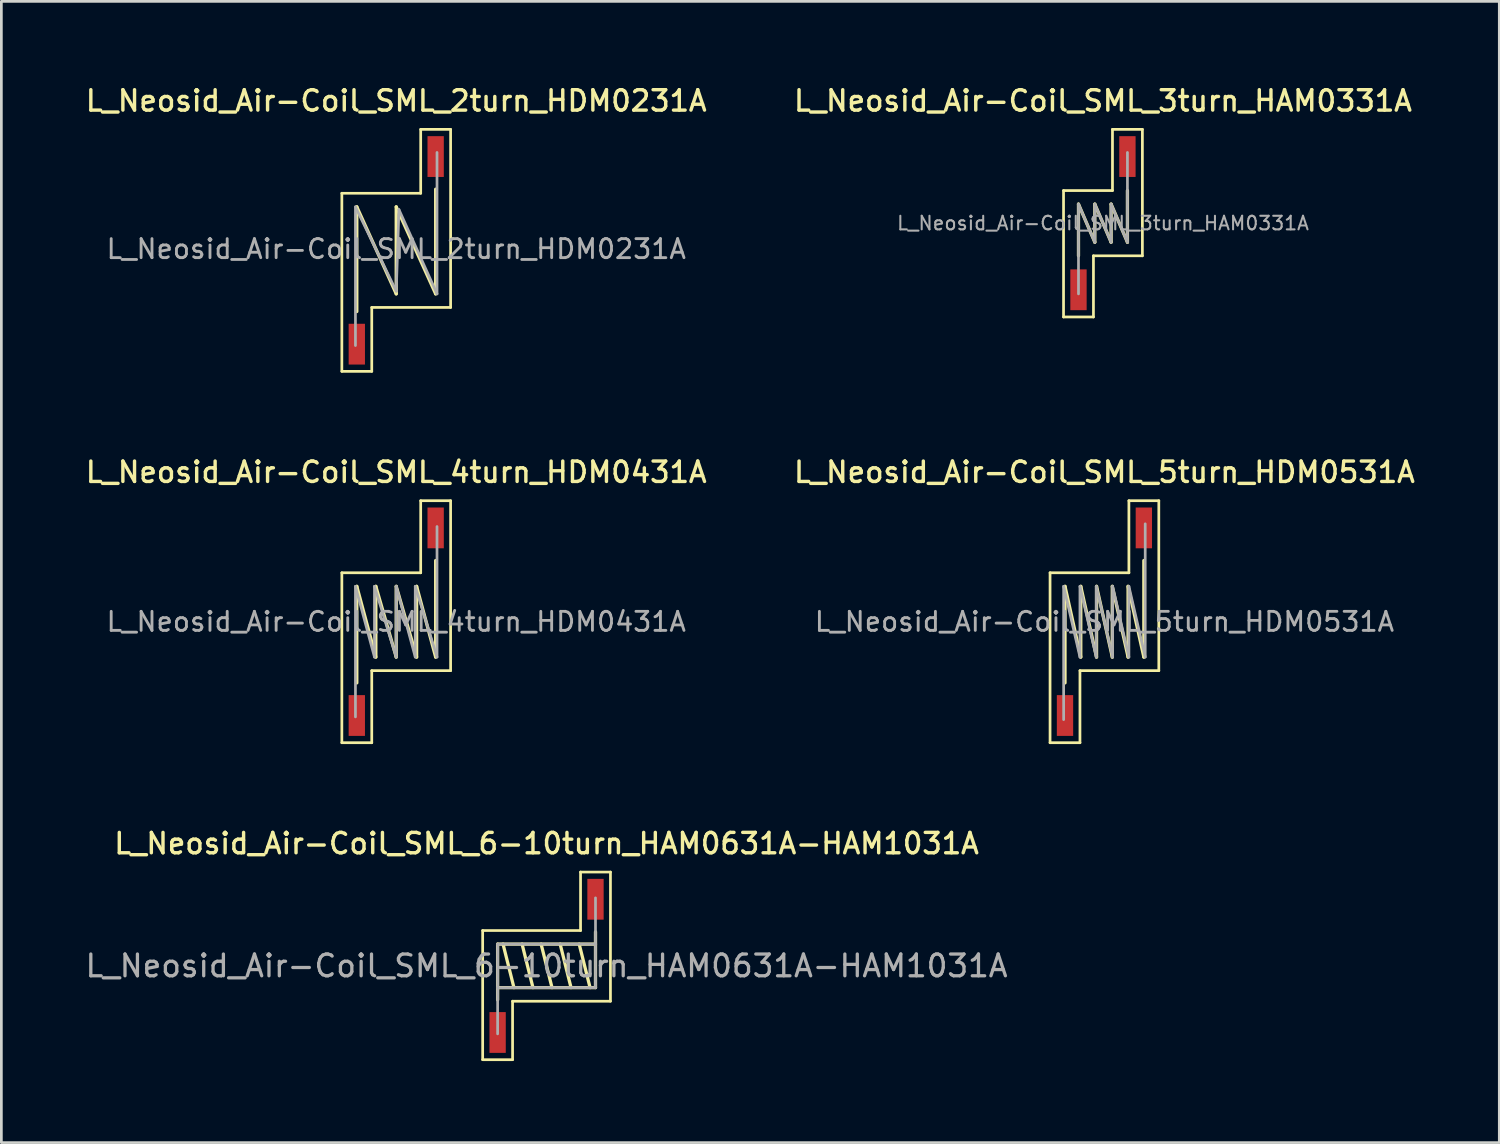
<source format=kicad_pcb>
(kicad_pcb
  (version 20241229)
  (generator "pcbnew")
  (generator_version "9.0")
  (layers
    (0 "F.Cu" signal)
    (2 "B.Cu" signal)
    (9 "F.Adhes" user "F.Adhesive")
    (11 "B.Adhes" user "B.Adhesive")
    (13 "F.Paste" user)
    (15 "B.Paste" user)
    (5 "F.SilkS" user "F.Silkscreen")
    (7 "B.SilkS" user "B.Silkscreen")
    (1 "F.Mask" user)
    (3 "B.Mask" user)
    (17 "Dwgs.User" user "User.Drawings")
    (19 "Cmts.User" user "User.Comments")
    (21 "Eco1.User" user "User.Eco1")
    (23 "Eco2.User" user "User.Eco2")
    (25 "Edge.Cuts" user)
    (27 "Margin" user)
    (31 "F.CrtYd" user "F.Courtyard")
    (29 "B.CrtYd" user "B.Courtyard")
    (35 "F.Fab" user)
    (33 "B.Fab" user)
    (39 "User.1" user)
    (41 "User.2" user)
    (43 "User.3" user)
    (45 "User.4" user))
  (footprint "L_Neosid_Air-Coil_SML_5turn_HDM0531A"
    (layer "F.Cu")
    (at 37.57 19.816)
    (property "Reference" "L_Neosid_Air-Coil_SML_5turn_HDM0531A" (at 0 -5.5 0) (layer "F.SilkS") (effects (font (size 0.75 0.75) (thickness 0.125))))
    (attr smd)
    (fp_line (start -2 -1.8) (end -2 4.45) (stroke (width 0.1) (type solid)) (layer "F.SilkS"))
    (fp_line (start -2 4.45) (end -0.9 4.45) (stroke (width 0.1) (type solid)) (layer "F.SilkS"))
    (fp_line (start -1.45 -1.3) (end -1.45 2.25) (stroke (width 0.12) (type solid)) (layer "F.SilkS"))
    (fp_line (start -1.45 -1.3) (end -0.87 1.3) (stroke (width 0.12) (type solid)) (layer "F.SilkS"))
    (fp_line (start -0.9 1.8) (end 2 1.8) (stroke (width 0.1) (type solid)) (layer "F.SilkS"))
    (fp_line (start -0.9 4.45) (end -0.9 1.8) (stroke (width 0.1) (type solid)) (layer "F.SilkS"))
    (fp_line (start -0.87 -1.3) (end -0.87 1.3) (stroke (width 0.12) (type solid)) (layer "F.SilkS"))
    (fp_line (start -0.87 -1.3) (end -0.29 1.3) (stroke (width 0.12) (type solid)) (layer "F.SilkS"))
    (fp_line (start -0.29 -1.3) (end -0.29 1.3) (stroke (width 0.12) (type solid)) (layer "F.SilkS"))
    (fp_line (start -0.29 -1.3) (end 0.29 1.3) (stroke (width 0.12) (type solid)) (layer "F.SilkS"))
    (fp_line (start 0.29 -1.3) (end 0.29 1.3) (stroke (width 0.12) (type solid)) (layer "F.SilkS"))
    (fp_line (start 0.29 -1.3) (end 0.87 1.3) (stroke (width 0.12) (type solid)) (layer "F.SilkS"))
    (fp_line (start 0.87 -1.3) (end 0.87 1.3) (stroke (width 0.12) (type solid)) (layer "F.SilkS"))
    (fp_line (start 0.87 -1.3) (end 1.45 1.3) (stroke (width 0.12) (type solid)) (layer "F.SilkS"))
    (fp_line (start 0.9 -4.45) (end 0.9 -1.8) (stroke (width 0.1) (type solid)) (layer "F.SilkS"))
    (fp_line (start 0.9 -1.8) (end -2 -1.8) (stroke (width 0.1) (type solid)) (layer "F.SilkS"))
    (fp_line (start 1.45 1.3) (end 1.45 -2.25) (stroke (width 0.12) (type solid)) (layer "F.SilkS"))
    (fp_line (start 2 -4.45) (end 0.9 -4.45) (stroke (width 0.1) (type solid)) (layer "F.SilkS"))
    (fp_line (start 2 1.8) (end 2 -4.45) (stroke (width 0.1) (type solid)) (layer "F.SilkS"))
    (fp_line (start -1.5 -1.3) (end -0.9 1.3) (stroke (width 0.1) (type solid)) (layer "F.Fab"))
    (fp_line (start -1.5 3.6) (end -1.5 -1.3) (stroke (width 0.1) (type solid)) (layer "F.Fab"))
    (fp_line (start -0.9 -1.3) (end -0.3 1.3) (stroke (width 0.1) (type solid)) (layer "F.Fab"))
    (fp_line (start -0.9 1.3) (end -0.9 -1.3) (stroke (width 0.1) (type solid)) (layer "F.Fab"))
    (fp_line (start -0.3 -1.3) (end 0.3 1.3) (stroke (width 0.1) (type solid)) (layer "F.Fab"))
    (fp_line (start -0.3 1.3) (end -0.3 -1.3) (stroke (width 0.1) (type solid)) (layer "F.Fab"))
    (fp_line (start 0.3 -1.3) (end 0.9 1.3) (stroke (width 0.1) (type solid)) (layer "F.Fab"))
    (fp_line (start 0.3 1.3) (end 0.3 -1.3) (stroke (width 0.1) (type solid)) (layer "F.Fab"))
    (fp_line (start 0.9 -1.3) (end 1.5 1.3) (stroke (width 0.1) (type solid)) (layer "F.Fab"))
    (fp_line (start 0.9 1.3) (end 0.9 -1.3) (stroke (width 0.1) (type solid)) (layer "F.Fab"))
    (fp_line (start 1.5 1.3) (end 1.5 -3.6) (stroke (width 0.1) (type solid)) (layer "F.Fab"))
    (fp_text user "${REFERENCE}" (at 0 0 0) (layer "F.Fab") (effects (font (size 0.7 0.7) (thickness 0.105))))
    (pad "1" smd rect (at -1.45 3.45) (size 0.6 1.5) (layers "F.Cu" "F.Mask" "F.Paste"))
    (pad "2" smd rect (at 1.45 -3.45) (size 0.6 1.5) (layers "F.Cu" "F.Mask" "F.Paste")))
  (footprint "L_Neosid_Air-Coil_SML_4turn_HDM0431A"
    (layer "F.Cu")
    (at 11.523 19.816)
    (property "Reference" "L_Neosid_Air-Coil_SML_4turn_HDM0431A" (at 0 -5.5 0) (layer "F.SilkS") (effects (font (size 0.75 0.75) (thickness 0.125))))
    (attr smd)
    (fp_line (start -2 -1.8) (end -2 4.45) (stroke (width 0.1) (type solid)) (layer "F.SilkS"))
    (fp_line (start -2 4.45) (end -0.9 4.45) (stroke (width 0.1) (type solid)) (layer "F.SilkS"))
    (fp_line (start -1.45 -1.3) (end -1.45 2.25) (stroke (width 0.12) (type solid)) (layer "F.SilkS"))
    (fp_line (start -1.45 -1.3) (end -0.75 1.3) (stroke (width 0.12) (type solid)) (layer "F.SilkS"))
    (fp_line (start -0.9 1.8) (end 2 1.8) (stroke (width 0.1) (type solid)) (layer "F.SilkS"))
    (fp_line (start -0.9 4.45) (end -0.9 1.8) (stroke (width 0.1) (type solid)) (layer "F.SilkS"))
    (fp_line (start -0.75 -1.3) (end -0.75 1.3) (stroke (width 0.12) (type solid)) (layer "F.SilkS"))
    (fp_line (start -0.75 -1.3) (end 0 1.3) (stroke (width 0.12) (type solid)) (layer "F.SilkS"))
    (fp_line (start 0 -1.3) (end 0 1.3) (stroke (width 0.12) (type solid)) (layer "F.SilkS"))
    (fp_line (start 0 -1.3) (end 0.75 1.3) (stroke (width 0.12) (type solid)) (layer "F.SilkS"))
    (fp_line (start 0.75 -1.3) (end 0.75 1.3) (stroke (width 0.12) (type solid)) (layer "F.SilkS"))
    (fp_line (start 0.75 -1.3) (end 1.45 1.3) (stroke (width 0.12) (type solid)) (layer "F.SilkS"))
    (fp_line (start 0.9 -4.45) (end 0.9 -1.8) (stroke (width 0.1) (type solid)) (layer "F.SilkS"))
    (fp_line (start 0.9 -1.8) (end -2 -1.8) (stroke (width 0.1) (type solid)) (layer "F.SilkS"))
    (fp_line (start 1.45 1.3) (end 1.45 -2.25) (stroke (width 0.12) (type solid)) (layer "F.SilkS"))
    (fp_line (start 2 -4.45) (end 0.9 -4.45) (stroke (width 0.1) (type solid)) (layer "F.SilkS"))
    (fp_line (start 2 1.8) (end 2 -4.45) (stroke (width 0.1) (type solid)) (layer "F.SilkS"))
    (fp_line (start -1.5 -1.3) (end -0.8 1.3) (stroke (width 0.1) (type solid)) (layer "F.Fab"))
    (fp_line (start -1.5 3.5) (end -1.5 -1.3) (stroke (width 0.1) (type solid)) (layer "F.Fab"))
    (fp_line (start -0.8 -1.3) (end 0 1.3) (stroke (width 0.1) (type solid)) (layer "F.Fab"))
    (fp_line (start -0.8 1.3) (end -0.8 -1.3) (stroke (width 0.1) (type solid)) (layer "F.Fab"))
    (fp_line (start 0 -1.3) (end 0.7 1.3) (stroke (width 0.1) (type solid)) (layer "F.Fab"))
    (fp_line (start 0 1.3) (end 0 -1.3) (stroke (width 0.1) (type solid)) (layer "F.Fab"))
    (fp_line (start 0.7 -1.3) (end 1.5 1.3) (stroke (width 0.1) (type solid)) (layer "F.Fab"))
    (fp_line (start 0.7 1.3) (end 0.7 -1.3) (stroke (width 0.1) (type solid)) (layer "F.Fab"))
    (fp_line (start 1.5 1.3) (end 1.5 -3.5) (stroke (width 0.1) (type solid)) (layer "F.Fab"))
    (fp_text user "${REFERENCE}" (at 0 0 0) (layer "F.Fab") (effects (font (size 0.7 0.7) (thickness 0.105))))
    (pad "1" smd rect (at -1.45 3.45) (size 0.6 1.5) (layers "F.Cu" "F.Mask" "F.Paste"))
    (pad "2" smd rect (at 1.45 -3.45) (size 0.6 1.5) (layers "F.Cu" "F.Mask" "F.Paste")))
  (footprint "L_Neosid_Air-Coil_SML_2turn_HDM0231A"
    (layer "F.Cu")
    (at 11.523 6.158)
    (property "Reference" "L_Neosid_Air-Coil_SML_2turn_HDM0231A" (at 0 -5.5 0) (layer "F.SilkS") (effects (font (size 0.75 0.75) (thickness 0.125))))
    (attr smd)
    (fp_line (start -2 -2.1) (end -2 4.45) (stroke (width 0.1) (type solid)) (layer "F.SilkS"))
    (fp_line (start -2 4.45) (end -0.9 4.45) (stroke (width 0.1) (type solid)) (layer "F.SilkS"))
    (fp_line (start -1.45 -1.6) (end -1.45 2.25) (stroke (width 0.12) (type solid)) (layer "F.SilkS"))
    (fp_line (start -1.45 -1.6) (end 0 1.6) (stroke (width 0.12) (type solid)) (layer "F.SilkS"))
    (fp_line (start -0.9 2.1) (end 2 2.1) (stroke (width 0.1) (type solid)) (layer "F.SilkS"))
    (fp_line (start -0.9 4.45) (end -0.9 2.1) (stroke (width 0.1) (type solid)) (layer "F.SilkS"))
    (fp_line (start 0 -1.6) (end 0 1.6) (stroke (width 0.12) (type solid)) (layer "F.SilkS"))
    (fp_line (start 0 -1.6) (end 1.45 1.6) (stroke (width 0.12) (type solid)) (layer "F.SilkS"))
    (fp_line (start 0.9 -4.45) (end 0.9 -2.1) (stroke (width 0.1) (type solid)) (layer "F.SilkS"))
    (fp_line (start 0.9 -2.1) (end -2 -2.1) (stroke (width 0.1) (type solid)) (layer "F.SilkS"))
    (fp_line (start 1.45 1.6) (end 1.45 -2.25) (stroke (width 0.12) (type solid)) (layer "F.SilkS"))
    (fp_line (start 2 -4.45) (end 0.9 -4.45) (stroke (width 0.1) (type solid)) (layer "F.SilkS"))
    (fp_line (start 2 2.1) (end 2 -4.45) (stroke (width 0.1) (type solid)) (layer "F.SilkS"))
    (fp_line (start -1.5 -1.6) (end 0 1.5) (stroke (width 0.1) (type solid)) (layer "F.Fab"))
    (fp_line (start -1.5 3.5) (end -1.5 -1.6) (stroke (width 0.1) (type solid)) (layer "F.Fab"))
    (fp_line (start 0 1.5) (end 0.1 -1.5) (stroke (width 0.1) (type solid)) (layer "F.Fab"))
    (fp_line (start 0.1 -1.5) (end 1.5 1.6) (stroke (width 0.1) (type solid)) (layer "F.Fab"))
    (fp_line (start 1.5 1.6) (end 1.5 -3.6) (stroke (width 0.1) (type solid)) (layer "F.Fab"))
    (fp_text user "${REFERENCE}" (at 0 -0.05 0) (layer "F.Fab") (effects (font (size 0.7 0.7) (thickness 0.105))))
    (pad "1" smd rect (at -1.45 3.45) (size 0.6 1.5) (layers "F.Cu" "F.Mask" "F.Paste"))
    (pad "2" smd rect (at 1.45 -3.45) (size 0.6 1.5) (layers "F.Cu" "F.Mask" "F.Paste")))
  (footprint "L_Neosid_Air-Coil_SML_6-10turn_HAM0631A-HAM1031A"
    (layer "F.Cu")
    (at 17.052 32.474)
    (property "Reference" "L_Neosid_Air-Coil_SML_6-10turn_HAM0631A-HAM1031A" (at 0 -4.5 0) (layer "F.SilkS") (effects (font (size 0.75 0.75) (thickness 0.125))))
    (attr smd)
    (fp_line (start -2.35 -1.3) (end -2.35 3.45) (stroke (width 0.1) (type solid)) (layer "F.SilkS"))
    (fp_line (start -2.35 3.45) (end -1.25 3.45) (stroke (width 0.1) (type solid)) (layer "F.SilkS"))
    (fp_line (start -1.8 -0.8) (end -1.8 1.25) (stroke (width 0.12) (type solid)) (layer "F.SilkS"))
    (fp_line (start -1.8 -0.8) (end 1.8 -0.8) (stroke (width 0.12) (type solid)) (layer "F.SilkS"))
    (fp_line (start -1.6 -0.8) (end -1.2 0.8) (stroke (width 0.12) (type solid)) (layer "F.SilkS"))
    (fp_line (start -1.25 1.3) (end 2.35 1.3) (stroke (width 0.1) (type solid)) (layer "F.SilkS"))
    (fp_line (start -1.25 3.45) (end -1.25 1.3) (stroke (width 0.1) (type solid)) (layer "F.SilkS"))
    (fp_line (start -0.9 -0.8) (end -0.5 0.8) (stroke (width 0.12) (type solid)) (layer "F.SilkS"))
    (fp_line (start -0.2 -0.8) (end 0.2 0.8) (stroke (width 0.12) (type solid)) (layer "F.SilkS"))
    (fp_line (start 0.5 -0.8) (end 0.9 0.8) (stroke (width 0.12) (type solid)) (layer "F.SilkS"))
    (fp_line (start 1.2 -0.8) (end 1.6 0.8) (stroke (width 0.12) (type solid)) (layer "F.SilkS"))
    (fp_line (start 1.25 -3.45) (end 1.25 -1.3) (stroke (width 0.1) (type solid)) (layer "F.SilkS"))
    (fp_line (start 1.25 -1.3) (end -2.35 -1.3) (stroke (width 0.1) (type solid)) (layer "F.SilkS"))
    (fp_line (start 1.8 0.8) (end -1.8 0.8) (stroke (width 0.12) (type solid)) (layer "F.SilkS"))
    (fp_line (start 1.8 0.8) (end 1.8 -1.25) (stroke (width 0.12) (type solid)) (layer "F.SilkS"))
    (fp_line (start 2.35 -3.45) (end 1.25 -3.45) (stroke (width 0.1) (type solid)) (layer "F.SilkS"))
    (fp_line (start 2.35 1.3) (end 2.35 -3.45) (stroke (width 0.1) (type solid)) (layer "F.SilkS"))
    (fp_line (start -1.8 -0.8) (end -1.8 2.5) (stroke (width 0.1) (type solid)) (layer "F.Fab"))
    (fp_line (start -1.8 -0.8) (end 1.8 -0.8) (stroke (width 0.1) (type solid)) (layer "F.Fab"))
    (fp_line (start 1.8 0.8) (end -1.8 0.8) (stroke (width 0.1) (type solid)) (layer "F.Fab"))
    (fp_line (start 1.8 0.8) (end 1.8 -2.5) (stroke (width 0.1) (type solid)) (layer "F.Fab"))
    (fp_text user "${REFERENCE}" (at 0 0 0) (layer "F.Fab") (effects (font (size 0.8 0.8) (thickness 0.12))))
    (pad "1" smd rect (at -1.8 2.45) (size 0.6 1.5) (layers "F.Cu" "F.Mask" "F.Paste"))
    (pad "2" smd rect (at 1.8 -2.45) (size 0.6 1.5) (layers "F.Cu" "F.Mask" "F.Paste")))
  (footprint "L_Neosid_Air-Coil_SML_3turn_HAM0331A"
    (layer "F.Cu")
    (at 37.516 5.158)
    (property "Reference" "L_Neosid_Air-Coil_SML_3turn_HAM0331A" (at 0 -4.5 0) (layer "F.SilkS") (effects (font (size 0.75 0.75) (thickness 0.125))))
    (attr smd)
    (fp_line (start -1.45 -1.2) (end -1.45 3.45) (stroke (width 0.1) (type solid)) (layer "F.SilkS"))
    (fp_line (start -1.45 3.45) (end -0.35 3.45) (stroke (width 0.1) (type solid)) (layer "F.SilkS"))
    (fp_line (start -0.9 -0.7) (end -0.3 0.7) (stroke (width 0.12) (type solid)) (layer "F.SilkS"))
    (fp_line (start -0.9 1.2) (end -0.9 -0.7) (stroke (width 0.12) (type solid)) (layer "F.SilkS"))
    (fp_line (start -0.35 1.2) (end 1.45 1.2) (stroke (width 0.1) (type solid)) (layer "F.SilkS"))
    (fp_line (start -0.35 3.45) (end -0.35 1.2) (stroke (width 0.1) (type solid)) (layer "F.SilkS"))
    (fp_line (start -0.3 -0.7) (end 0.3 0.7) (stroke (width 0.12) (type solid)) (layer "F.SilkS"))
    (fp_line (start -0.3 0.7) (end -0.3 -0.7) (stroke (width 0.12) (type solid)) (layer "F.SilkS"))
    (fp_line (start 0.3 -0.7) (end 0.9 0.7) (stroke (width 0.12) (type solid)) (layer "F.SilkS"))
    (fp_line (start 0.3 0.7) (end 0.3 -0.7) (stroke (width 0.12) (type solid)) (layer "F.SilkS"))
    (fp_line (start 0.35 -3.45) (end 0.35 -1.2) (stroke (width 0.1) (type solid)) (layer "F.SilkS"))
    (fp_line (start 0.35 -1.2) (end -1.45 -1.2) (stroke (width 0.1) (type solid)) (layer "F.SilkS"))
    (fp_line (start 0.9 -1.2) (end 0.9 0.7) (stroke (width 0.12) (type solid)) (layer "F.SilkS"))
    (fp_line (start 1.45 -3.45) (end 0.35 -3.45) (stroke (width 0.1) (type solid)) (layer "F.SilkS"))
    (fp_line (start 1.45 1.2) (end 1.45 -3.45) (stroke (width 0.1) (type solid)) (layer "F.SilkS"))
    (fp_line (start -0.9 -0.7) (end -0.3 0.7) (stroke (width 0.1) (type solid)) (layer "F.Fab"))
    (fp_line (start -0.9 2.6) (end -0.9 -0.7) (stroke (width 0.1) (type solid)) (layer "F.Fab"))
    (fp_line (start -0.3 -0.7) (end 0.3 0.7) (stroke (width 0.1) (type solid)) (layer "F.Fab"))
    (fp_line (start -0.3 0.7) (end -0.3 -0.7) (stroke (width 0.1) (type solid)) (layer "F.Fab"))
    (fp_line (start 0.3 -0.7) (end 0.9 0.7) (stroke (width 0.1) (type solid)) (layer "F.Fab"))
    (fp_line (start 0.3 0.7) (end 0.3 -0.7) (stroke (width 0.1) (type solid)) (layer "F.Fab"))
    (fp_line (start 0.9 0.7) (end 0.9 -2.6) (stroke (width 0.1) (type solid)) (layer "F.Fab"))
    (fp_text user "${REFERENCE}" (at 0 0 0) (layer "F.Fab") (effects (font (size 0.5 0.5) (thickness 0.075))))
    (pad "1" smd rect (at -0.9 2.45) (size 0.6 1.5) (layers "F.Cu" "F.Mask" "F.Paste"))
    (pad "2" smd rect (at 0.9 -2.45) (size 0.6 1.5) (layers "F.Cu" "F.Mask" "F.Paste")))
  (gr_rect
    (start -3 -3)
    (end 52.093 38.974)
    (stroke (width 0.1) (type default))
    (fill no)
    (layer "Edge.Cuts")))
</source>
